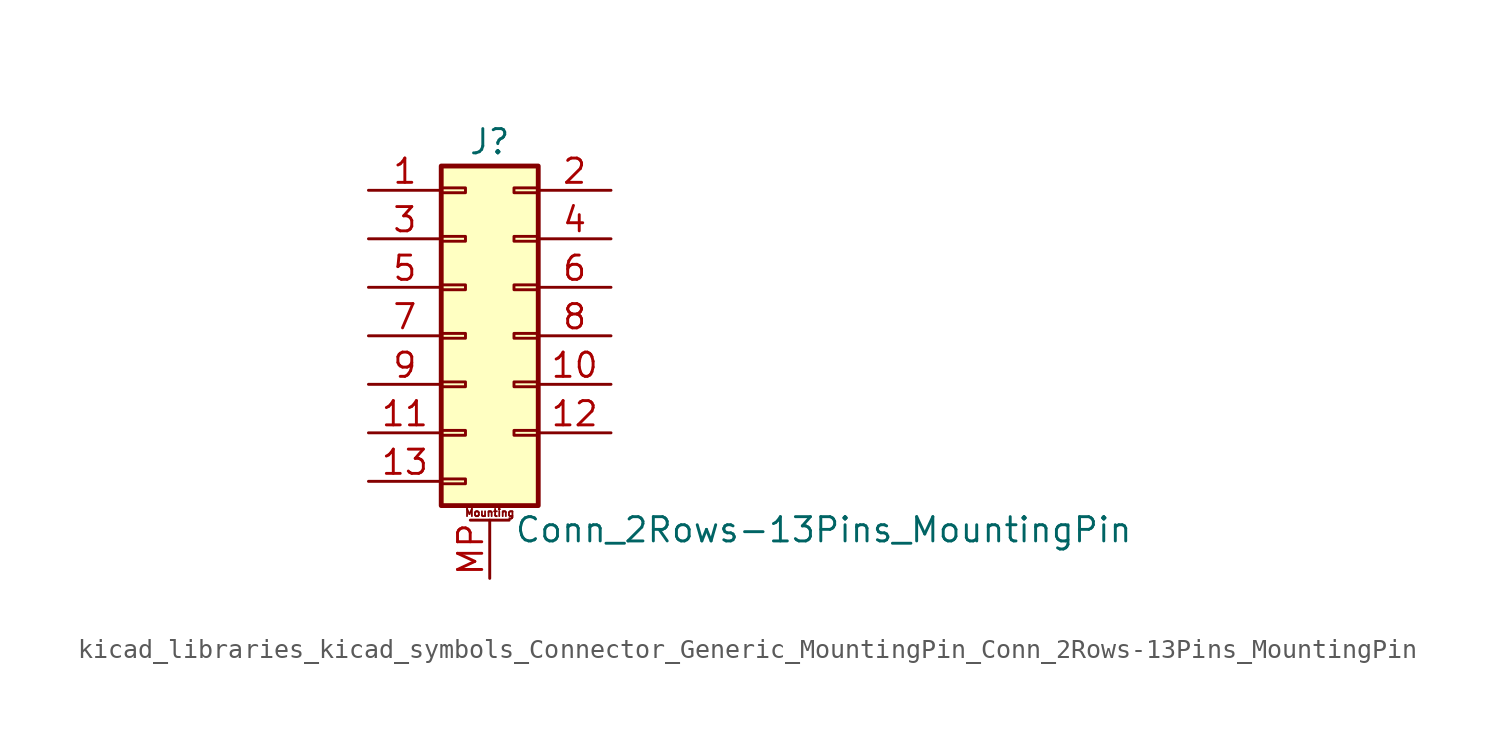
<source format=kicad_sym>
(kicad_symbol_lib
  (version 20220914)
  (generator kicad_symbol_editor)
  (symbol "kicad_libraries_kicad_symbols_Connector_Generic_MountingPin_Conn_2Rows-13Pins_MountingPin"
    (pin_names
      (offset 1.016) hide)
    (property "Reference" "J"
      (at 1.27 10.16 0)
      (effects (font (size 1.27 1.27))))
    (property "Value" "Conn_2Rows-13Pins_MountingPin"
      (at 2.54 -10.16 0)
      (effects (font (size 1.27 1.27)) (justify left)))
    (symbol "kicad_libraries_kicad_symbols_Connector_Generic_MountingPin_Conn_2Rows-13Pins_MountingPin_1_1"
      (rectangle (start -1.27 -7.493) (end 0 -7.747) (stroke (width 0.152) (type default)) (fill (type none)))
      (rectangle (start -1.27 -4.953) (end 0 -5.207) (stroke (width 0.152) (type default)) (fill (type none)))
      (rectangle (start -1.27 -2.413) (end 0 -2.667) (stroke (width 0.152) (type default)) (fill (type none)))
      (rectangle (start -1.27 0.127) (end 0 -0.127) (stroke (width 0.152) (type default)) (fill (type none)))
      (rectangle (start -1.27 2.667) (end 0 2.413) (stroke (width 0.152) (type default)) (fill (type none)))
      (rectangle (start -1.27 5.207) (end 0 4.953) (stroke (width 0.152) (type default)) (fill (type none)))
      (rectangle (start -1.27 7.747) (end 0 7.493) (stroke (width 0.152) (type default)) (fill (type none)))
      (rectangle (start -1.27 8.89) (end 3.81 -8.89) (stroke (width 0.254) (type default)) (fill (type background)))
      (polyline (pts (xy 0.254 -9.652) (xy 2.286 -9.652)) (stroke (width 0.152) (type default)) (fill (type none)))
      (rectangle (start 3.81 -4.953) (end 2.54 -5.207) (stroke (width 0.152) (type default)) (fill (type none)))
      (rectangle (start 3.81 -2.413) (end 2.54 -2.667) (stroke (width 0.152) (type default)) (fill (type none)))
      (rectangle (start 3.81 0.127) (end 2.54 -0.127) (stroke (width 0.152) (type default)) (fill (type none)))
      (rectangle (start 3.81 2.667) (end 2.54 2.413) (stroke (width 0.152) (type default)) (fill (type none)))
      (rectangle (start 3.81 5.207) (end 2.54 4.953) (stroke (width 0.152) (type default)) (fill (type none)))
      (rectangle (start 3.81 7.747) (end 2.54 7.493) (stroke (width 0.152) (type default)) (fill (type none)))
      (text "Mounting" (at 1.27 -9.271 0) (effects (font (size 0.381 0.381))))
      (pin passive line (at -5.08 7.62 0) (length 3.81) (name "Pin_1" (effects (font (size 1.27 1.27)))) (number "1" (effects (font (size 1.27 1.27)))))
      (pin passive line (at 7.62 -2.54 180) (length 3.81) (name "Pin_10" (effects (font (size 1.27 1.27)))) (number "10" (effects (font (size 1.27 1.27)))))
      (pin passive line (at -5.08 -5.08 0) (length 3.81) (name "Pin_11" (effects (font (size 1.27 1.27)))) (number "11" (effects (font (size 1.27 1.27)))))
      (pin passive line (at 7.62 -5.08 180) (length 3.81) (name "Pin_12" (effects (font (size 1.27 1.27)))) (number "12" (effects (font (size 1.27 1.27)))))
      (pin passive line (at -5.08 -7.62 0) (length 3.81) (name "Pin_13" (effects (font (size 1.27 1.27)))) (number "13" (effects (font (size 1.27 1.27)))))
      (pin passive line (at 7.62 7.62 180) (length 3.81) (name "Pin_2" (effects (font (size 1.27 1.27)))) (number "2" (effects (font (size 1.27 1.27)))))
      (pin passive line (at -5.08 5.08 0) (length 3.81) (name "Pin_3" (effects (font (size 1.27 1.27)))) (number "3" (effects (font (size 1.27 1.27)))))
      (pin passive line (at 7.62 5.08 180) (length 3.81) (name "Pin_4" (effects (font (size 1.27 1.27)))) (number "4" (effects (font (size 1.27 1.27)))))
      (pin passive line (at -5.08 2.54 0) (length 3.81) (name "Pin_5" (effects (font (size 1.27 1.27)))) (number "5" (effects (font (size 1.27 1.27)))))
      (pin passive line (at 7.62 2.54 180) (length 3.81) (name "Pin_6" (effects (font (size 1.27 1.27)))) (number "6" (effects (font (size 1.27 1.27)))))
      (pin passive line (at -5.08 0 0) (length 3.81) (name "Pin_7" (effects (font (size 1.27 1.27)))) (number "7" (effects (font (size 1.27 1.27)))))
      (pin passive line (at 7.62 0 180) (length 3.81) (name "Pin_8" (effects (font (size 1.27 1.27)))) (number "8" (effects (font (size 1.27 1.27)))))
      (pin passive line (at -5.08 -2.54 0) (length 3.81) (name "Pin_9" (effects (font (size 1.27 1.27)))) (number "9" (effects (font (size 1.27 1.27)))))
      (pin passive line (at 1.27 -12.7 90) (length 3.048) (name "MountPin" (effects (font (size 1.27 1.27)))) (number "MP" (effects (font (size 1.27 1.27))))))))
</source>
